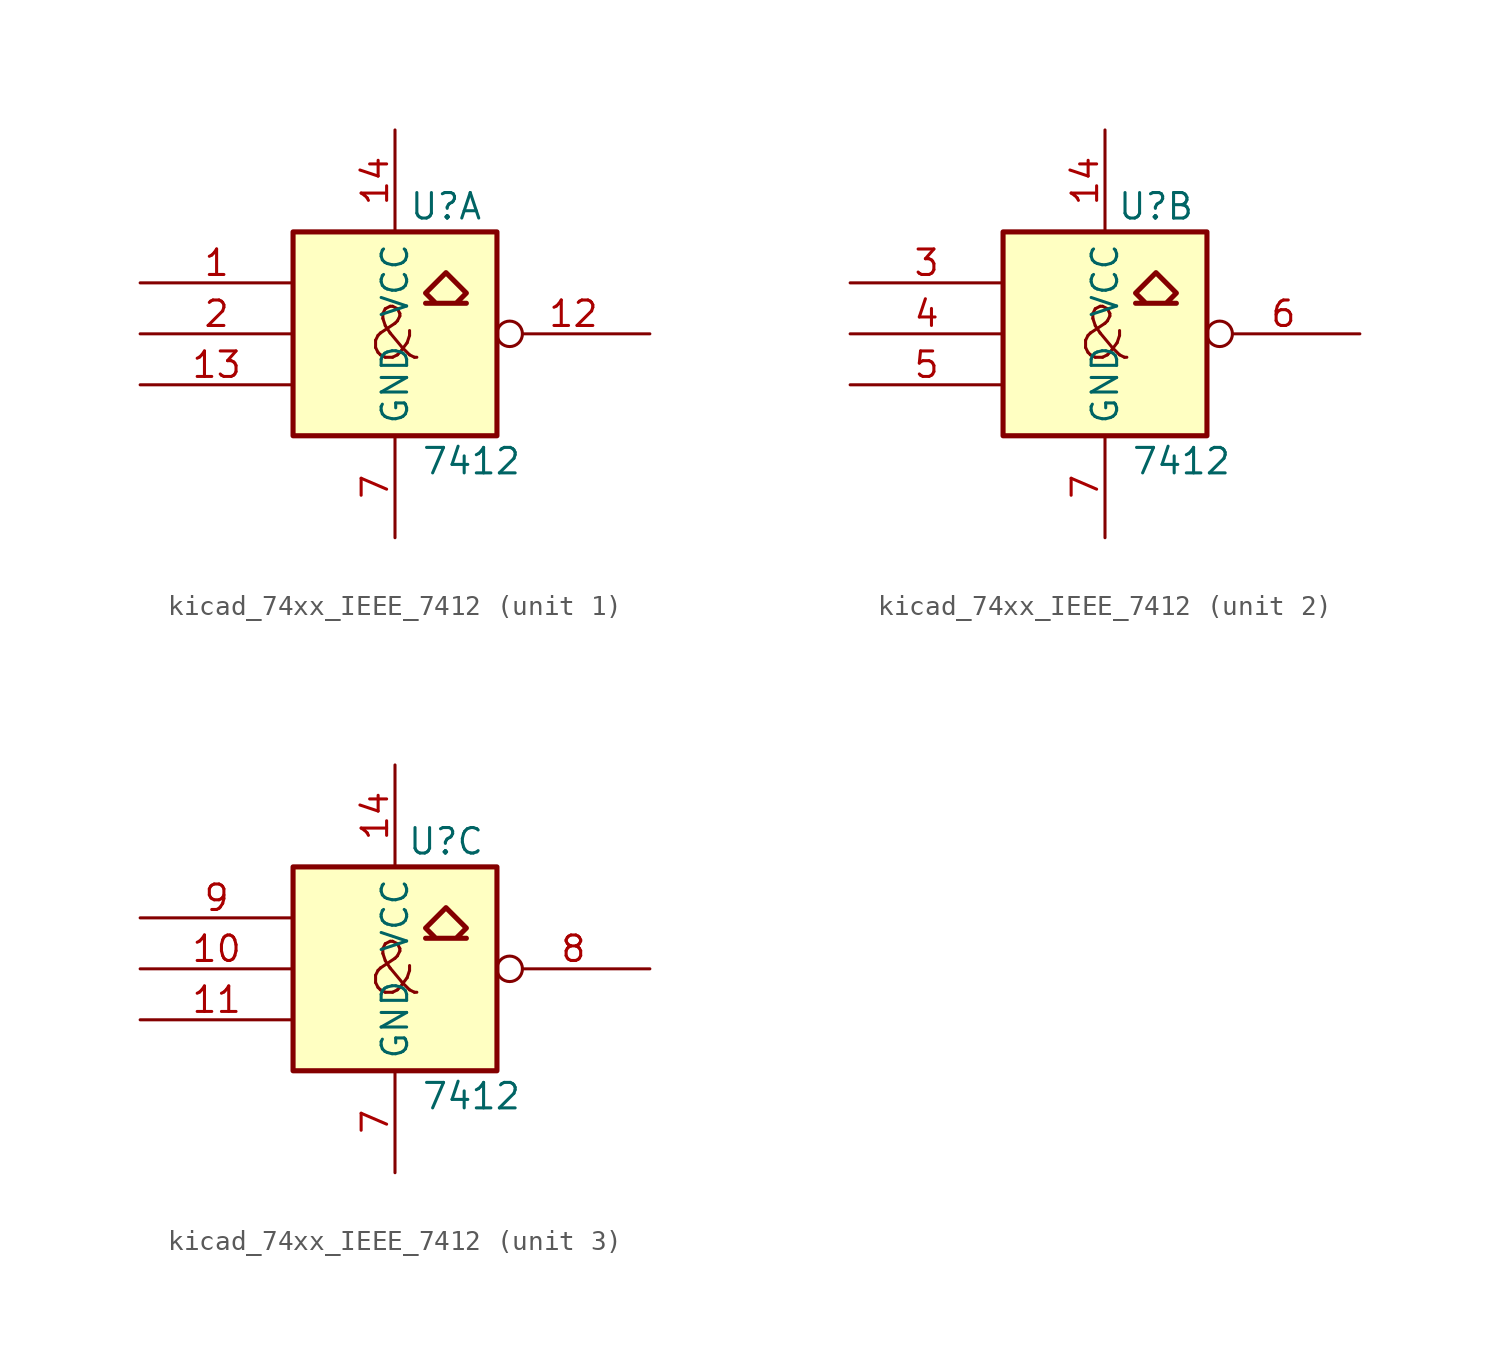
<source format=kicad_sym>
(kicad_symbol_lib
  (version 20220914)
  (generator kicad_symbol_editor)
  (symbol "kicad_74xx_IEEE_7412"
    (property "Reference" "U"
      (at 2.54 6.35 0)
      (effects (font (size 1.27 1.27))))
    (property "Value" "7412"
      (at 3.81 -6.35 0)
      (effects (font (size 1.27 1.27))))
    (symbol "kicad_74xx_IEEE_7412_0_0"
      (polyline (pts (xy 2.032 1.524) (xy 1.524 2.032) (xy 2.54 3.048) (xy 3.556 2.032) (xy 3.048 1.524) (xy 3.556 1.524) (xy 1.524 1.524) (xy 1.524 1.524)) (stroke (width 0.254) (type default)) (fill (type background)))
      (text "&" (at 0 0 0) (effects (font (size 2.54 2.54)))))
    (symbol "kicad_74xx_IEEE_7412_0_1"
      (rectangle (start -5.08 5.08) (end 5.08 -5.08) (stroke (width 0.254) (type default)) (fill (type background)))
      (pin power_in line (at 0 10.16 270) (length 5.08) (name "VCC" (effects (font (size 1.27 1.27)))) (number "14" (effects (font (size 1.27 1.27)))))
      (pin power_in line (at 0 -10.16 90) (length 5.08) (name "GND" (effects (font (size 1.27 1.27)))) (number "7" (effects (font (size 1.27 1.27))))))
    (symbol "kicad_74xx_IEEE_7412_1_1"
      (pin input line (at -12.7 2.54 0) (length 7.62) (name "~" (effects (font (size 1.27 1.27)))) (number "1" (effects (font (size 1.27 1.27)))))
      (pin open_collector inverted (at 12.7 0 180) (length 7.62) (name "~" (effects (font (size 1.27 1.27)))) (number "12" (effects (font (size 1.27 1.27)))))
      (pin input line (at -12.7 -2.54 0) (length 7.62) (name "~" (effects (font (size 1.27 1.27)))) (number "13" (effects (font (size 1.27 1.27)))))
      (pin input line (at -12.7 0 0) (length 7.62) (name "~" (effects (font (size 1.27 1.27)))) (number "2" (effects (font (size 1.27 1.27))))))
    (symbol "kicad_74xx_IEEE_7412_2_1"
      (pin input line (at -12.7 2.54 0) (length 7.62) (name "~" (effects (font (size 1.27 1.27)))) (number "3" (effects (font (size 1.27 1.27)))))
      (pin input line (at -12.7 0 0) (length 7.62) (name "~" (effects (font (size 1.27 1.27)))) (number "4" (effects (font (size 1.27 1.27)))))
      (pin input line (at -12.7 -2.54 0) (length 7.62) (name "~" (effects (font (size 1.27 1.27)))) (number "5" (effects (font (size 1.27 1.27)))))
      (pin open_collector inverted (at 12.7 0 180) (length 7.62) (name "~" (effects (font (size 1.27 1.27)))) (number "6" (effects (font (size 1.27 1.27))))))
    (symbol "kicad_74xx_IEEE_7412_3_1"
      (pin input line (at -12.7 0 0) (length 7.62) (name "~" (effects (font (size 1.27 1.27)))) (number "10" (effects (font (size 1.27 1.27)))))
      (pin input line (at -12.7 -2.54 0) (length 7.62) (name "~" (effects (font (size 1.27 1.27)))) (number "11" (effects (font (size 1.27 1.27)))))
      (pin open_collector inverted (at 12.7 0 180) (length 7.62) (name "~" (effects (font (size 1.27 1.27)))) (number "8" (effects (font (size 1.27 1.27)))))
      (pin input line (at -12.7 2.54 0) (length 7.62) (name "~" (effects (font (size 1.27 1.27)))) (number "9" (effects (font (size 1.27 1.27))))))))
</source>
